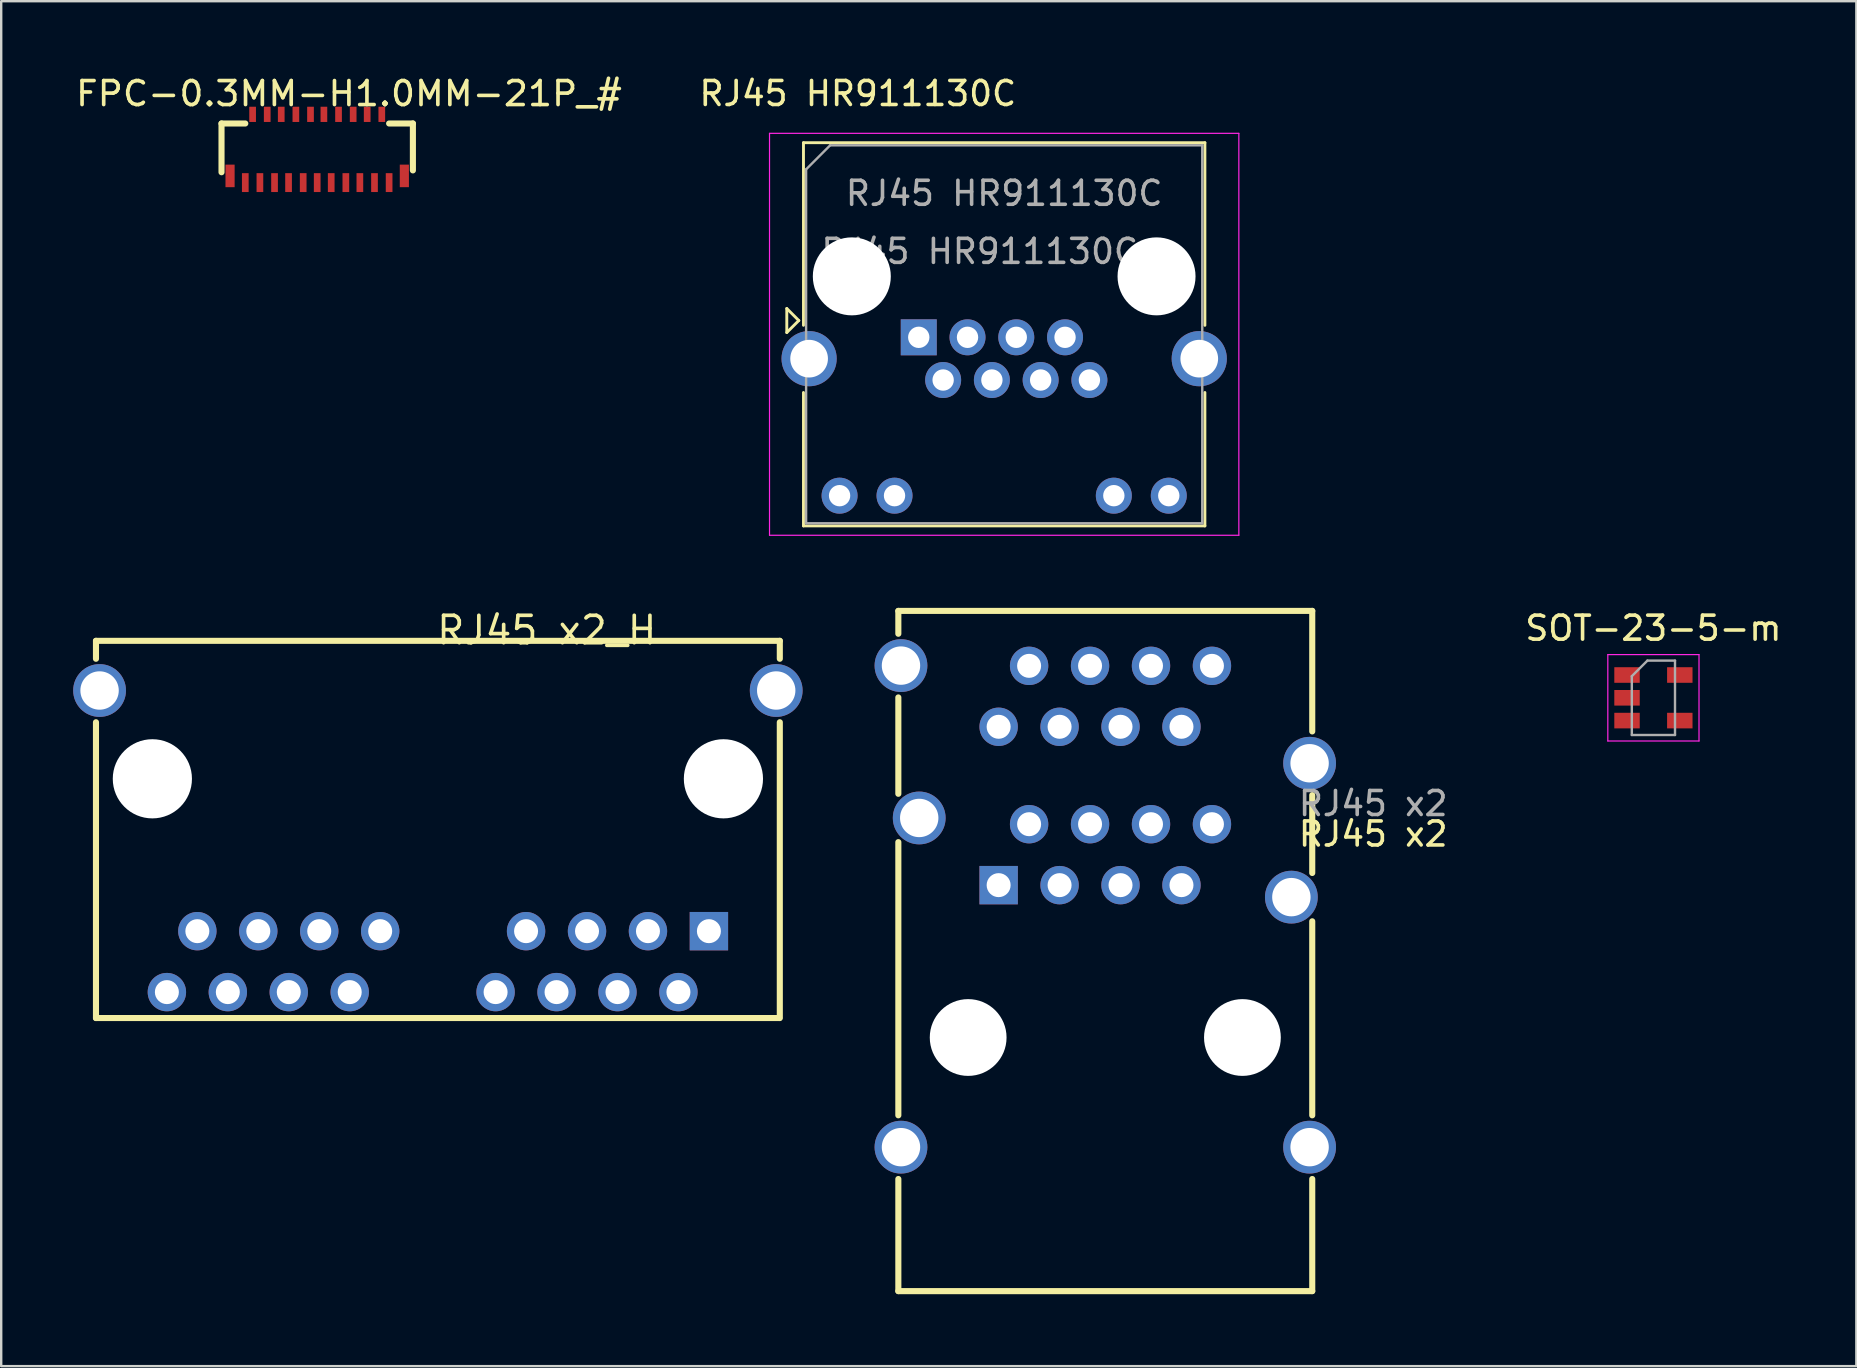
<source format=kicad_pcb>
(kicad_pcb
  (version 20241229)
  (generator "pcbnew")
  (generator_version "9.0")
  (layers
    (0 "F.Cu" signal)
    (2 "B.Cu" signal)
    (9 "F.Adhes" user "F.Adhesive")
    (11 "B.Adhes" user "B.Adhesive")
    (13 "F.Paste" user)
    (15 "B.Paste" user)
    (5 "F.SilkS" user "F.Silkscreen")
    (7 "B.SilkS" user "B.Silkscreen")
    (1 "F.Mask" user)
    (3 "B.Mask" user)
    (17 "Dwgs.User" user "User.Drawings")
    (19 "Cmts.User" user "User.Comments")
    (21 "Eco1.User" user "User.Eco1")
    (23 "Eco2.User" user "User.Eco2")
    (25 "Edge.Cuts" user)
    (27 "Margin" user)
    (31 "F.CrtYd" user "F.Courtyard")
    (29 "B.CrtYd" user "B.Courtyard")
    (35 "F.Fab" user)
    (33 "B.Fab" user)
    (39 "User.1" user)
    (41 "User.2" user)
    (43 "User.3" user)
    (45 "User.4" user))
  (footprint "SOT-23-5-m"
    (layer "F.Cu")
    (at 65.859 26.032)
    (property "Reference" "SOT-23-5-m" (at 0 -2.9 0) (layer "F.SilkS") (effects (font (size 1 1) (thickness 0.15))))
    (attr smd)
    (fp_line (start -1.9 -1.8) (end 1.9 -1.8) (stroke (width 0.05) (type solid)) (layer "F.CrtYd"))
    (fp_line (start -1.9 1.8) (end -1.9 -1.8) (stroke (width 0.05) (type solid)) (layer "F.CrtYd"))
    (fp_line (start 1.9 -1.8) (end 1.9 1.8) (stroke (width 0.05) (type solid)) (layer "F.CrtYd"))
    (fp_line (start 1.9 1.8) (end -1.9 1.8) (stroke (width 0.05) (type solid)) (layer "F.CrtYd"))
    (fp_line (start -0.9 -0.9) (end -0.9 1.55) (stroke (width 0.1) (type solid)) (layer "F.Fab"))
    (fp_line (start -0.9 -0.9) (end -0.25 -1.55) (stroke (width 0.1) (type solid)) (layer "F.Fab"))
    (fp_line (start 0.9 -1.55) (end -0.25 -1.55) (stroke (width 0.1) (type solid)) (layer "F.Fab"))
    (fp_line (start 0.9 -1.55) (end 0.9 1.55) (stroke (width 0.1) (type solid)) (layer "F.Fab"))
    (fp_line (start 0.9 1.55) (end -0.9 1.55) (stroke (width 0.1) (type solid)) (layer "F.Fab"))
    (pad "1" smd rect (at -1.1 -0.95) (size 1.06 0.65) (layers "F.Cu" "F.Mask" "F.Paste"))
    (pad "2" smd rect (at -1.1 0) (size 1.06 0.65) (layers "F.Cu" "F.Mask" "F.Paste"))
    (pad "3" smd rect (at -1.1 0.95) (size 1.06 0.65) (layers "F.Cu" "F.Mask" "F.Paste"))
    (pad "4" smd rect (at 1.1 0.95) (size 1.06 0.65) (layers "F.Cu" "F.Mask" "F.Paste"))
    (pad "5" smd rect (at 1.1 -0.95) (size 1.06 0.65) (layers "F.Cu" "F.Mask" "F.Paste")))
  (footprint "FPC-0.3MM-H1.0MM-21P_#"
    (layer "F.Cu")
    (at 10.17 3.138)
    (property "Reference" "FPC-0.3MM-H1.0MM-21P_#" (at 1.321 -2.286 0) (unlocked yes) (layer "F.SilkS") (effects (font (size 1 1.052) (thickness 0.152))))
    (fp_line (start -3.988 0.991) (end -3.988 -1.041) (stroke (width 0.254) (type solid)) (layer "F.SilkS"))
    (fp_line (start -2.997 -1.041) (end -3.988 -1.041) (stroke (width 0.254) (type solid)) (layer "F.SilkS"))
    (fp_line (start 3.988 -1.041) (end 2.997 -1.041) (stroke (width 0.254) (type solid)) (layer "F.SilkS"))
    (fp_line (start 3.988 0.914) (end 3.988 -1.041) (stroke (width 0.254) (type solid)) (layer "F.SilkS"))
    (pad "1" smd rect (at 2.997 1.422) (size 0.279 0.787) (layers "F.Cu" "F.Mask" "F.Paste"))
    (pad "2" smd rect (at 2.692 -1.422) (size 0.279 0.635) (layers "F.Cu" "F.Mask" "F.Paste"))
    (pad "3" smd rect (at 2.388 1.422) (size 0.279 0.787) (layers "F.Cu" "F.Mask" "F.Paste"))
    (pad "4" smd rect (at 2.083 -1.422) (size 0.279 0.635) (layers "F.Cu" "F.Mask" "F.Paste"))
    (pad "5" smd rect (at 1.778 1.422) (size 0.279 0.787) (layers "F.Cu" "F.Mask" "F.Paste"))
    (pad "6" smd rect (at 1.499 -1.422) (size 0.279 0.635) (layers "F.Cu" "F.Mask" "F.Paste"))
    (pad "7" smd rect (at 1.194 1.422) (size 0.279 0.787) (layers "F.Cu" "F.Mask" "F.Paste"))
    (pad "8" smd rect (at 0.889 -1.422) (size 0.279 0.635) (layers "F.Cu" "F.Mask" "F.Paste"))
    (pad "9" smd rect (at 0.584 1.422) (size 0.279 0.787) (layers "F.Cu" "F.Mask" "F.Paste"))
    (pad "10" smd rect (at 0.279 -1.422) (size 0.279 0.635) (layers "F.Cu" "F.Mask" "F.Paste"))
    (pad "11" smd rect (at 0 1.422) (size 0.279 0.787) (layers "F.Cu" "F.Mask" "F.Paste"))
    (pad "12" smd rect (at -0.279 -1.422) (size 0.279 0.635) (layers "F.Cu" "F.Mask" "F.Paste"))
    (pad "13" smd rect (at -0.584 1.422) (size 0.279 0.787) (layers "F.Cu" "F.Mask" "F.Paste"))
    (pad "14" smd rect (at -0.889 -1.422) (size 0.279 0.635) (layers "F.Cu" "F.Mask" "F.Paste"))
    (pad "15" smd rect (at -1.194 1.422) (size 0.279 0.787) (layers "F.Cu" "F.Mask" "F.Paste"))
    (pad "16" smd rect (at -1.499 -1.422) (size 0.279 0.635) (layers "F.Cu" "F.Mask" "F.Paste"))
    (pad "17" smd rect (at -1.778 1.422) (size 0.279 0.787) (layers "F.Cu" "F.Mask" "F.Paste"))
    (pad "18" smd rect (at -2.083 -1.422) (size 0.279 0.635) (layers "F.Cu" "F.Mask" "F.Paste"))
    (pad "19" smd rect (at -2.388 1.422) (size 0.279 0.787) (layers "F.Cu" "F.Mask" "F.Paste"))
    (pad "20" smd rect (at -2.692 -1.422) (size 0.279 0.635) (layers "F.Cu" "F.Mask" "F.Paste"))
    (pad "21" smd rect (at -2.997 1.422) (size 0.279 0.787) (layers "F.Cu" "F.Mask" "F.Paste"))
    (pad "SH1" smd rect (at -3.632 1.143) (size 0.381 0.94) (layers "F.Cu" "F.Mask" "F.Paste"))
    (pad "SH2" smd rect (at 3.632 1.143) (size 0.381 0.94) (layers "F.Cu" "F.Mask" "F.Paste")))
  (footprint "RJ45 HR911130C"
    (layer "F.Cu")
    (at 37.273 3.148)
    (property "Reference" "RJ45 HR911130C" (at -4.572 -2.3 0) (unlocked yes) (layer "F.SilkS") (effects (font (size 1 1) (thickness 0.15))))
    (attr through_hole)
    (fp_line (start -7.532 6.66) (end -7.032 7.16) (stroke (width 0.12) (type solid)) (layer "F.SilkS"))
    (fp_line (start -7.532 7.66) (end -7.532 6.66) (stroke (width 0.12) (type solid)) (layer "F.SilkS"))
    (fp_line (start -7.032 7.16) (end -7.532 7.66) (stroke (width 0.12) (type solid)) (layer "F.SilkS"))
    (fp_line (start -6.837 -0.25) (end -6.837 7.36) (stroke (width 0.12) (type solid)) (layer "F.SilkS"))
    (fp_line (start -6.837 -0.25) (end 9.893 -0.25) (stroke (width 0.12) (type solid)) (layer "F.SilkS"))
    (fp_line (start -6.837 15.72) (end -6.837 10.16) (stroke (width 0.12) (type solid)) (layer "F.SilkS"))
    (fp_line (start -6.837 15.72) (end 9.893 15.72) (stroke (width 0.12) (type solid)) (layer "F.SilkS"))
    (fp_line (start 9.893 -0.25) (end 9.893 7.36) (stroke (width 0.12) (type solid)) (layer "F.SilkS"))
    (fp_line (start 9.893 15.72) (end 9.893 10.16) (stroke (width 0.12) (type solid)) (layer "F.SilkS"))
    (fp_line (start -8.252 -0.64) (end -8.252 16.11) (stroke (width 0.05) (type solid)) (layer "F.CrtYd"))
    (fp_line (start -8.252 -0.64) (end 11.308 -0.64) (stroke (width 0.05) (type solid)) (layer "F.CrtYd"))
    (fp_line (start -8.252 16.11) (end 11.308 16.11) (stroke (width 0.05) (type solid)) (layer "F.CrtYd"))
    (fp_line (start 11.308 -0.64) (end 11.308 16.11) (stroke (width 0.05) (type solid)) (layer "F.CrtYd"))
    (fp_line (start -6.727 0.86) (end -6.727 15.61) (stroke (width 0.1) (type solid)) (layer "F.Fab"))
    (fp_line (start -6.727 0.86) (end -5.727 -0.14) (stroke (width 0.1) (type solid)) (layer "F.Fab"))
    (fp_line (start -6.727 15.61) (end 9.783 15.61) (stroke (width 0.1) (type solid)) (layer "F.Fab"))
    (fp_line (start -5.727 -0.14) (end 9.783 -0.14) (stroke (width 0.1) (type solid)) (layer "F.Fab"))
    (fp_line (start 9.783 -0.14) (end 9.783 15.61) (stroke (width 0.1) (type solid)) (layer "F.Fab"))
    (fp_text user "${REFERENCE}" (at 0.508 4.28 0) (unlocked yes) (layer "F.Fab") (effects (font (size 1 1) (thickness 0.15))))
    (fp_text user "${REFERENCE}" (at 1.528 1.86 0) (layer "F.Fab") (effects (font (size 1 1) (thickness 0.15))))
    (pad "" np_thru_hole circle (at -4.822 5.32) (size 3.25 3.25) (drill 3.25) (layers "*.Cu" "*.Mask"))
    (pad "" np_thru_hole circle (at 7.878 5.32) (size 3.25 3.25) (drill 3.25) (layers "*.Cu" "*.Mask"))
    (pad "1" thru_hole rect (at -2.032 7.86) (size 1.5 1.5) (drill 0.89) (layers "*.Cu" "*.Mask"))
    (pad "2" thru_hole circle (at -1.016 9.64) (size 1.5 1.5) (drill 0.89) (layers "*.Cu" "*.Mask"))
    (pad "3" thru_hole circle (at 0 7.86) (size 1.5 1.5) (drill 0.89) (layers "*.Cu" "*.Mask"))
    (pad "4" thru_hole circle (at 1.016 9.64) (size 1.5 1.5) (drill 0.89) (layers "*.Cu" "*.Mask"))
    (pad "5" thru_hole circle (at 2.032 7.86) (size 1.5 1.5) (drill 0.89) (layers "*.Cu" "*.Mask"))
    (pad "6" thru_hole circle (at 3.048 9.64) (size 1.5 1.5) (drill 0.89) (layers "*.Cu" "*.Mask"))
    (pad "7" thru_hole circle (at 4.064 7.86) (size 1.5 1.5) (drill 0.89) (layers "*.Cu" "*.Mask"))
    (pad "8" thru_hole circle (at 5.08 9.64) (size 1.5 1.5) (drill 0.89) (layers "*.Cu" "*.Mask"))
    (pad "9" thru_hole circle (at -5.332 14.46) (size 1.5 1.5) (drill 0.89) (layers "*.Cu" "*.Mask"))
    (pad "10" thru_hole circle (at -3.042 14.46) (size 1.5 1.5) (drill 0.89) (layers "*.Cu" "*.Mask"))
    (pad "11" thru_hole circle (at 6.098 14.46) (size 1.5 1.5) (drill 0.89) (layers "*.Cu" "*.Mask"))
    (pad "12" thru_hole circle (at 8.388 14.46) (size 1.5 1.5) (drill 0.89) (layers "*.Cu" "*.Mask"))
    (pad "SH" thru_hole circle (at -6.602 8.75) (size 2.3 2.3) (drill 1.57) (layers "*.Cu" "*.Mask"))
    (pad "SH" thru_hole circle (at 9.658 8.75) (size 2.3 2.3) (drill 1.57) (layers "*.Cu" "*.Mask")))
  (footprint "RJ45 x2"
    (layer "F.Cu")
    (at 38.57 33.84)
    (property "Reference" "RJ45 x2" (at 15.61 -2.13 0) (unlocked yes) (layer "F.SilkS") (effects (font (size 1 1) (thickness 0.15))))
    (attr through_hole)
    (fp_line (start -4.18 -11.43) (end 13.07 -11.43) (stroke (width 0.254) (type solid)) (layer "F.SilkS"))
    (fp_line (start -4.18 -10.477) (end -4.18 -11.43) (stroke (width 0.254) (type solid)) (layer "F.SilkS"))
    (fp_line (start -4.18 -3.807) (end -4.18 -7.823) (stroke (width 0.254) (type solid)) (layer "F.SilkS"))
    (fp_line (start -4.18 9.593) (end -4.18 -1.793) (stroke (width 0.254) (type solid)) (layer "F.SilkS"))
    (fp_line (start -4.18 16.92) (end -4.18 12.247) (stroke (width 0.254) (type solid)) (layer "F.SilkS"))
    (fp_line (start -4.18 16.92) (end 13.07 16.92) (stroke (width 0.254) (type solid)) (layer "F.SilkS"))
    (fp_line (start 13.07 -6.407) (end 13.07 -11.43) (stroke (width 0.254) (type solid)) (layer "F.SilkS"))
    (fp_line (start 13.07 -0.507) (end 13.07 -3.753) (stroke (width 0.254) (type solid)) (layer "F.SilkS"))
    (fp_line (start 13.07 9.593) (end 13.07 1.507) (stroke (width 0.254) (type solid)) (layer "F.SilkS"))
    (fp_line (start 13.07 16.92) (end 13.07 12.247) (stroke (width 0.254) (type solid)) (layer "F.SilkS"))
    (fp_text user "${REFERENCE}" (at 15.61 -3.4 0) (unlocked yes) (layer "F.Fab") (effects (font (size 1 1) (thickness 0.15))))
    (pad "" np_thru_hole circle (at -1.27 6.35) (size 3.2 3.2) (drill 3.2) (layers "*.Cu" "*.Mask"))
    (pad "" np_thru_hole circle (at 10.16 6.35) (size 3.2 3.2) (drill 3.2) (layers "*.Cu" "*.Mask"))
    (pad "1" thru_hole rect (at 0 0) (size 1.6 1.6) (drill 1) (layers "*.Cu" "*.Mask"))
    (pad "2" thru_hole circle (at 1.27 -2.54) (size 1.6 1.6) (drill 1) (layers "*.Cu" "*.Mask"))
    (pad "3" thru_hole circle (at 2.54 0) (size 1.6 1.6) (drill 1) (layers "*.Cu" "*.Mask"))
    (pad "4" thru_hole circle (at 3.81 -2.54) (size 1.6 1.6) (drill 1) (layers "*.Cu" "*.Mask"))
    (pad "5" thru_hole circle (at 5.08 0) (size 1.6 1.6) (drill 1) (layers "*.Cu" "*.Mask"))
    (pad "6" thru_hole circle (at 6.35 -2.54) (size 1.6 1.6) (drill 1) (layers "*.Cu" "*.Mask"))
    (pad "7" thru_hole circle (at 7.62 0) (size 1.6 1.6) (drill 1) (layers "*.Cu" "*.Mask"))
    (pad "8" thru_hole circle (at 8.89 -2.54) (size 1.6 1.6) (drill 1) (layers "*.Cu" "*.Mask"))
    (pad "9" thru_hole circle (at 8.89 -9.14) (size 1.6 1.6) (drill 1) (layers "*.Cu" "*.Mask"))
    (pad "10" thru_hole circle (at 7.62 -6.6) (size 1.6 1.6) (drill 1) (layers "*.Cu" "*.Mask"))
    (pad "11" thru_hole circle (at 6.35 -9.14) (size 1.6 1.6) (drill 1) (layers "*.Cu" "*.Mask"))
    (pad "12" thru_hole circle (at 5.08 -6.6) (size 1.6 1.6) (drill 1) (layers "*.Cu" "*.Mask"))
    (pad "13" thru_hole circle (at 3.81 -9.14) (size 1.6 1.6) (drill 1) (layers "*.Cu" "*.Mask"))
    (pad "14" thru_hole circle (at 2.54 -6.6) (size 1.6 1.6) (drill 1) (layers "*.Cu" "*.Mask"))
    (pad "15" thru_hole circle (at 1.27 -9.14) (size 1.6 1.6) (drill 1) (layers "*.Cu" "*.Mask"))
    (pad "16" thru_hole circle (at 0 -6.6) (size 1.6 1.6) (drill 1) (layers "*.Cu" "*.Mask"))
    (pad "17" thru_hole circle (at 12.96 10.92) (size 2.2 2.2) (drill 1.6) (layers "*.Cu" "*.Mask"))
    (pad "18" thru_hole circle (at 12.2 0.5) (size 2.2 2.2) (drill 1.6) (layers "*.Cu" "*.Mask"))
    (pad "19" thru_hole circle (at 12.96 -5.08) (size 2.2 2.2) (drill 1.6) (layers "*.Cu" "*.Mask"))
    (pad "20" thru_hole circle (at -4.07 10.92) (size 2.2 2.2) (drill 1.6) (layers "*.Cu" "*.Mask"))
    (pad "21" thru_hole circle (at -3.31 -2.8) (size 2.2 2.2) (drill 1.6) (layers "*.Cu" "*.Mask"))
    (pad "22" thru_hole circle (at -4.07 -9.15) (size 2.2 2.2) (drill 1.6) (layers "*.Cu" "*.Mask")))
  (footprint "RJ45 x2_H"
    (layer "F.Cu")
    (at 15.2 32.013)
    (property "Reference" "RJ45 x2_H" (at -0.135 -8.129 0) (unlocked yes) (layer "F.SilkS") (effects (font (size 1.143 1.143) (thickness 0.152)) (justify left bottom)))
    (fp_line (start -14.25 -8.355) (end 14.25 -8.355) (stroke (width 0.254) (type solid)) (layer "F.SilkS"))
    (fp_line (start -14.25 -7.608) (end -14.25 -8.355) (stroke (width 0.254) (type solid)) (layer "F.SilkS"))
    (fp_line (start -14.25 7.366) (end -14.25 -4.962) (stroke (width 0.254) (type solid)) (layer "F.SilkS"))
    (fp_line (start -14.25 7.366) (end 14.224 7.366) (stroke (width 0.254) (type solid)) (layer "F.SilkS"))
    (fp_line (start 14.25 -7.608) (end 14.25 -8.355) (stroke (width 0.254) (type solid)) (layer "F.SilkS"))
    (fp_line (start 14.25 7.366) (end 14.25 -4.962) (stroke (width 0.254) (type solid)) (layer "F.SilkS"))
    (pad "" np_thru_hole circle (at -11.9 -2.605) (size 3.3 3.3) (drill 3.3) (layers "*.Cu" "*.Mask"))
    (pad "" np_thru_hole circle (at 11.9 -2.605) (size 3.3 3.3) (drill 3.3) (layers "*.Cu" "*.Mask"))
    (pad "1" thru_hole rect (at 11.295 3.745 180) (size 1.6 1.6) (drill 1) (layers "*.Cu" "*.Mask"))
    (pad "2" thru_hole circle (at 10.025 6.285 180) (size 1.6 1.6) (drill 1) (layers "*.Cu" "*.Mask"))
    (pad "3" thru_hole circle (at 8.755 3.745 180) (size 1.6 1.6) (drill 1) (layers "*.Cu" "*.Mask"))
    (pad "4" thru_hole circle (at 7.485 6.285 180) (size 1.6 1.6) (drill 1) (layers "*.Cu" "*.Mask"))
    (pad "5" thru_hole circle (at 6.215 3.745 180) (size 1.6 1.6) (drill 1) (layers "*.Cu" "*.Mask"))
    (pad "6" thru_hole circle (at 4.945 6.285 180) (size 1.6 1.6) (drill 1) (layers "*.Cu" "*.Mask"))
    (pad "7" thru_hole circle (at 3.675 3.745 180) (size 1.6 1.6) (drill 1) (layers "*.Cu" "*.Mask"))
    (pad "8" thru_hole circle (at 2.405 6.285 180) (size 1.6 1.6) (drill 1) (layers "*.Cu" "*.Mask"))
    (pad "9" thru_hole circle (at -2.405 3.745 180) (size 1.6 1.6) (drill 1) (layers "*.Cu" "*.Mask"))
    (pad "10" thru_hole circle (at -3.675 6.285 180) (size 1.6 1.6) (drill 1) (layers "*.Cu" "*.Mask"))
    (pad "11" thru_hole circle (at -4.945 3.745 180) (size 1.6 1.6) (drill 1) (layers "*.Cu" "*.Mask"))
    (pad "12" thru_hole circle (at -6.215 6.285 180) (size 1.6 1.6) (drill 1) (layers "*.Cu" "*.Mask"))
    (pad "13" thru_hole circle (at -7.485 3.745 180) (size 1.6 1.6) (drill 1) (layers "*.Cu" "*.Mask"))
    (pad "14" thru_hole circle (at -8.755 6.285 180) (size 1.6 1.6) (drill 1) (layers "*.Cu" "*.Mask"))
    (pad "15" thru_hole circle (at -10.025 3.745 180) (size 1.6 1.6) (drill 1) (layers "*.Cu" "*.Mask"))
    (pad "16" thru_hole circle (at -11.295 6.285 180) (size 1.6 1.6) (drill 1) (layers "*.Cu" "*.Mask"))
    (pad "17" thru_hole circle (at -14.1 -6.285 180) (size 2.2 2.2) (drill 1.6) (layers "*.Cu" "*.Mask"))
    (pad "18" thru_hole circle (at 14.1 -6.285 180) (size 2.2 2.2) (drill 1.6) (layers "*.Cu" "*.Mask")))
  (gr_rect
    (start -3 -3)
    (end 74.317 53.887)
    (stroke (width 0.1) (type default))
    (fill no)
    (layer "Edge.Cuts")))
</source>
